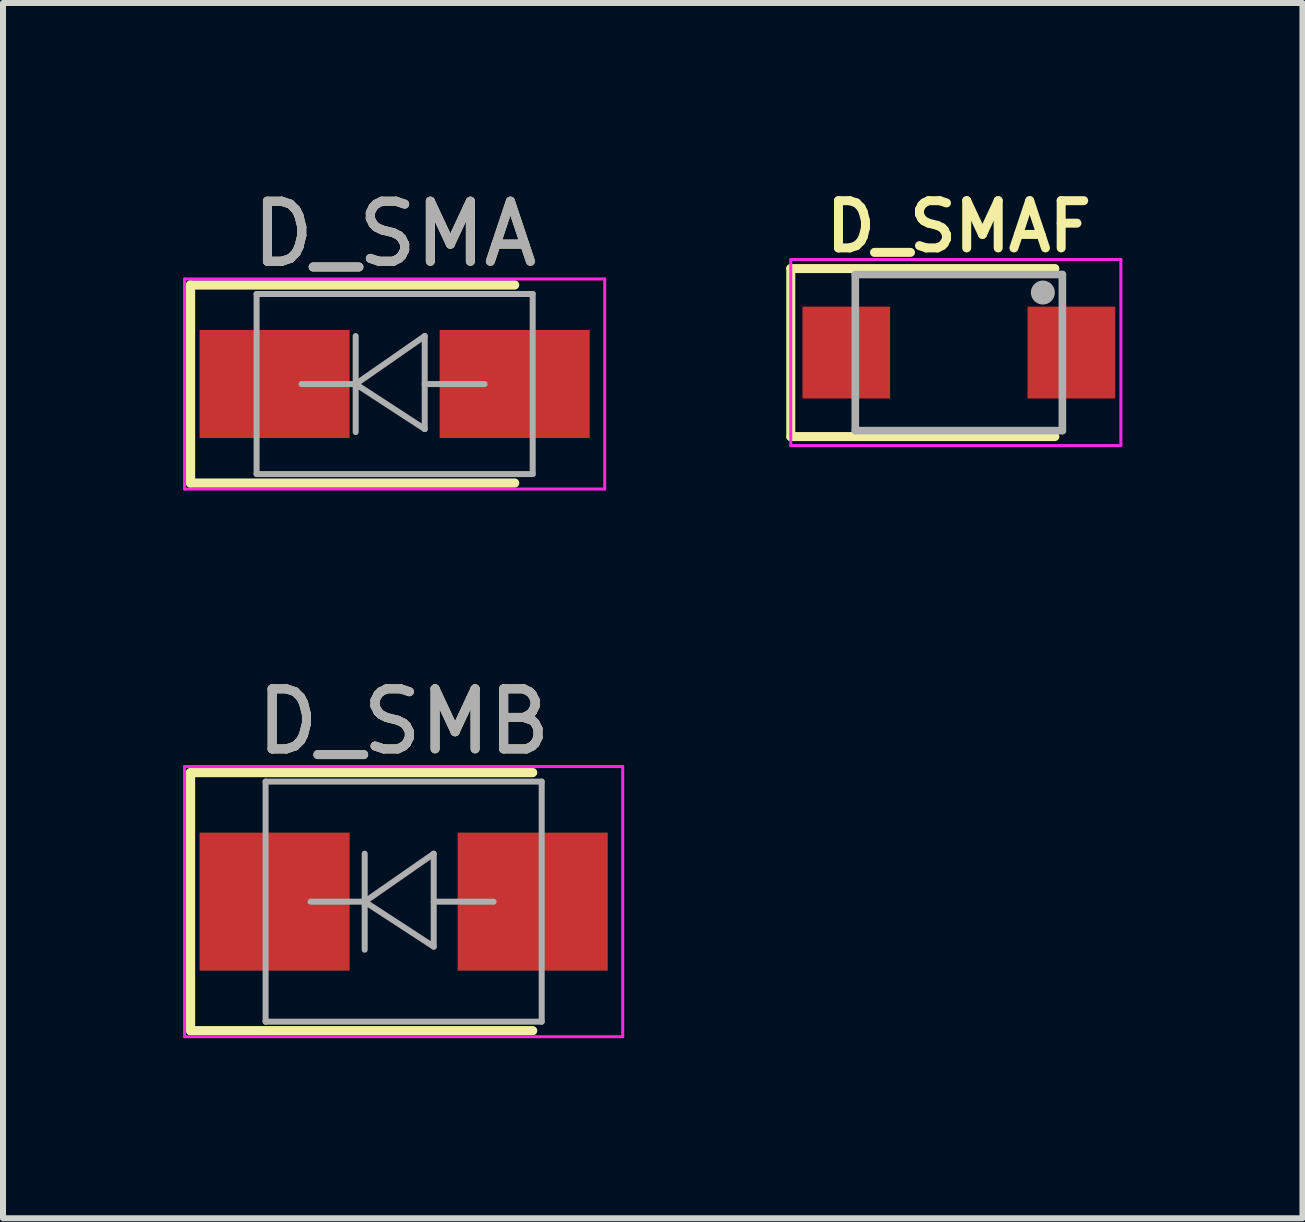
<source format=kicad_pcb>
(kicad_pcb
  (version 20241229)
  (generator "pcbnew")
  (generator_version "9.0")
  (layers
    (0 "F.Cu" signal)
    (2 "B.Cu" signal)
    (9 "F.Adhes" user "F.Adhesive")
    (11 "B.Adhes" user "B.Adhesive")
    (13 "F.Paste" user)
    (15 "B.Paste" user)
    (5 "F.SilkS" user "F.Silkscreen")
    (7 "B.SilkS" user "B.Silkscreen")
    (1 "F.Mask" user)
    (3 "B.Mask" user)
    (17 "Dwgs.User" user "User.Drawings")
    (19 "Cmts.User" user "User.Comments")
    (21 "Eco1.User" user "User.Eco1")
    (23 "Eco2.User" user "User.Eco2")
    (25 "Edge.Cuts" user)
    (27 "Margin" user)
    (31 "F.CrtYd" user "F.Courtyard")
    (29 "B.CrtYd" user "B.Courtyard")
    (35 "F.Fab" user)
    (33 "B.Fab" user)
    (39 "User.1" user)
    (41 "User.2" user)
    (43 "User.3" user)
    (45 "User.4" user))
  (footprint "D_SMA"
    (layer "F.Cu")
    (at 3.525 3.348)
    (property "Reference" "D_SMA" (at 0 -2.5 0) (layer "F.SilkS") (effects (font (size 1 1) (thickness 0.15))))
    (attr smd)
    (fp_line (start -3.4 -1.65) (end -3.4 1.65) (stroke (width 0.153) (type solid)) (layer "F.SilkS"))
    (fp_line (start -3.4 -1.65) (end 2 -1.65) (stroke (width 0.153) (type solid)) (layer "F.SilkS"))
    (fp_line (start -3.4 1.65) (end 2 1.65) (stroke (width 0.153) (type solid)) (layer "F.SilkS"))
    (fp_line (start -3.5 -1.75) (end 3.5 -1.75) (stroke (width 0.05) (type solid)) (layer "F.CrtYd"))
    (fp_line (start -3.5 1.75) (end -3.5 -1.75) (stroke (width 0.05) (type solid)) (layer "F.CrtYd"))
    (fp_line (start 3.5 -1.75) (end 3.5 1.75) (stroke (width 0.05) (type solid)) (layer "F.CrtYd"))
    (fp_line (start 3.5 1.75) (end -3.5 1.75) (stroke (width 0.05) (type solid)) (layer "F.CrtYd"))
    (fp_line (start -2.3 1.5) (end -2.3 -1.5) (stroke (width 0.1) (type solid)) (layer "F.Fab"))
    (fp_line (start -0.649 -0.799) (end -0.649 0.801) (stroke (width 0.1) (type solid)) (layer "F.Fab"))
    (fp_line (start -0.649 0.001) (end -1.551 0.001) (stroke (width 0.1) (type solid)) (layer "F.Fab"))
    (fp_line (start -0.649 0.001) (end 0.501 -0.799) (stroke (width 0.1) (type solid)) (layer "F.Fab"))
    (fp_line (start -0.649 0.001) (end 0.501 0.75) (stroke (width 0.1) (type solid)) (layer "F.Fab"))
    (fp_line (start 0.501 0.001) (end 1.499 0.001) (stroke (width 0.1) (type solid)) (layer "F.Fab"))
    (fp_line (start 0.501 0.75) (end 0.501 -0.799) (stroke (width 0.1) (type solid)) (layer "F.Fab"))
    (fp_line (start 2.3 -1.5) (end -2.3 -1.5) (stroke (width 0.1) (type solid)) (layer "F.Fab"))
    (fp_line (start 2.3 -1.5) (end 2.3 1.5) (stroke (width 0.1) (type solid)) (layer "F.Fab"))
    (fp_line (start 2.3 1.5) (end -2.3 1.5) (stroke (width 0.1) (type solid)) (layer "F.Fab"))
    (fp_text user "${REFERENCE}" (at 0 -2.5 0) (layer "F.Fab") (effects (font (size 1 1) (thickness 0.15))))
    (pad "1" smd rect (at 2 0) (size 2.5 1.8) (layers "F.Cu" "F.Mask" "F.Paste"))
    (pad "2" smd rect (at -2 0) (size 2.5 1.8) (layers "F.Cu" "F.Mask" "F.Paste")))
  (footprint "D_SMB"
    (layer "F.Cu")
    (at 3.675 11.972)
    (property "Reference" "D_SMB" (at 0 -3 0) (layer "F.SilkS") (effects (font (size 1 1) (thickness 0.15))))
    (attr smd)
    (fp_line (start -3.55 -2.15) (end -3.55 2.15) (stroke (width 0.153) (type solid)) (layer "F.SilkS"))
    (fp_line (start -3.55 -2.15) (end 2.15 -2.15) (stroke (width 0.153) (type solid)) (layer "F.SilkS"))
    (fp_line (start -3.55 2.15) (end 2.15 2.15) (stroke (width 0.153) (type solid)) (layer "F.SilkS"))
    (fp_line (start -3.65 -2.25) (end 3.65 -2.25) (stroke (width 0.05) (type solid)) (layer "F.CrtYd"))
    (fp_line (start -3.65 2.25) (end -3.65 -2.25) (stroke (width 0.05) (type solid)) (layer "F.CrtYd"))
    (fp_line (start 3.65 -2.25) (end 3.65 2.25) (stroke (width 0.05) (type solid)) (layer "F.CrtYd"))
    (fp_line (start 3.65 2.25) (end -3.65 2.25) (stroke (width 0.05) (type solid)) (layer "F.CrtYd"))
    (fp_line (start -2.3 2) (end -2.3 -2) (stroke (width 0.1) (type solid)) (layer "F.Fab"))
    (fp_line (start -0.649 -0.799) (end -0.649 0.801) (stroke (width 0.1) (type solid)) (layer "F.Fab"))
    (fp_line (start -0.649 0.001) (end -1.551 0.001) (stroke (width 0.1) (type solid)) (layer "F.Fab"))
    (fp_line (start -0.649 0.001) (end 0.501 -0.799) (stroke (width 0.1) (type solid)) (layer "F.Fab"))
    (fp_line (start -0.649 0.001) (end 0.501 0.75) (stroke (width 0.1) (type solid)) (layer "F.Fab"))
    (fp_line (start 0.501 0.001) (end 1.499 0.001) (stroke (width 0.1) (type solid)) (layer "F.Fab"))
    (fp_line (start 0.501 0.75) (end 0.501 -0.799) (stroke (width 0.1) (type solid)) (layer "F.Fab"))
    (fp_line (start 2.3 -2) (end -2.3 -2) (stroke (width 0.1) (type solid)) (layer "F.Fab"))
    (fp_line (start 2.3 -2) (end 2.3 2) (stroke (width 0.1) (type solid)) (layer "F.Fab"))
    (fp_line (start 2.3 2) (end -2.3 2) (stroke (width 0.1) (type solid)) (layer "F.Fab"))
    (fp_text user "${REFERENCE}" (at 0 -3 0) (layer "F.Fab") (effects (font (size 1 1) (thickness 0.15))))
    (pad "1" smd rect (at -2.15 0) (size 2.5 2.3) (layers "F.Cu" "F.Mask" "F.Paste"))
    (pad "2" smd rect (at 2.15 0) (size 2.5 2.3) (layers "F.Cu" "F.Mask" "F.Paste")))
  (footprint "D_SMAF"
    (layer "F.Cu")
    (at 12.925 2.824)
    (property "Reference" "D_SMAF" (at 0 -2.1 0) (layer "F.SilkS") (effects (font (size 0.787 0.787) (thickness 0.15))))
    (attr smd)
    (fp_line (start -2.8 -1.4) (end -2.8 1.4) (stroke (width 0.15) (type solid)) (layer "F.SilkS"))
    (fp_line (start 1.6 -1.4) (end -2.8 -1.4) (stroke (width 0.15) (type solid)) (layer "F.SilkS"))
    (fp_line (start 1.6 1.4) (end -2.8 1.4) (stroke (width 0.15) (type solid)) (layer "F.SilkS"))
    (fp_line (start -2.8 -1.55) (end -2.8 1.55) (stroke (width 0.05) (type solid)) (layer "F.CrtYd"))
    (fp_line (start -2.8 1.55) (end 2.7 1.55) (stroke (width 0.05) (type solid)) (layer "F.CrtYd"))
    (fp_line (start 2.7 -1.55) (end -2.8 -1.55) (stroke (width 0.05) (type solid)) (layer "F.CrtYd"))
    (fp_line (start 2.7 1.55) (end 2.7 -1.55) (stroke (width 0.05) (type solid)) (layer "F.CrtYd"))
    (fp_line (start -1.725 -1.3) (end -1.725 1.3) (stroke (width 0.127) (type solid)) (layer "F.Fab"))
    (fp_line (start -1.725 1.3) (end 1.725 1.3) (stroke (width 0.127) (type solid)) (layer "F.Fab"))
    (fp_line (start 1.725 -1.3) (end -1.725 -1.3) (stroke (width 0.127) (type solid)) (layer "F.Fab"))
    (fp_line (start 1.725 1.3) (end 1.725 -1.3) (stroke (width 0.127) (type solid)) (layer "F.Fab"))
    (fp_circle (center 1.4 -1) (end 1.5 -1) (stroke (width 0.2) (type solid)) (fill no) (layer "F.Fab"))
    (pad "1" smd rect (at 1.875 0) (size 1.46 1.53) (layers "F.Cu" "F.Mask" "F.Paste"))
    (pad "2" smd rect (at -1.875 0) (size 1.46 1.53) (layers "F.Cu" "F.Mask" "F.Paste")))
  (gr_rect
    (start -3 -3)
    (end 18.65 17.247)
    (stroke (width 0.1) (type default))
    (fill no)
    (layer "Edge.Cuts")))
</source>
